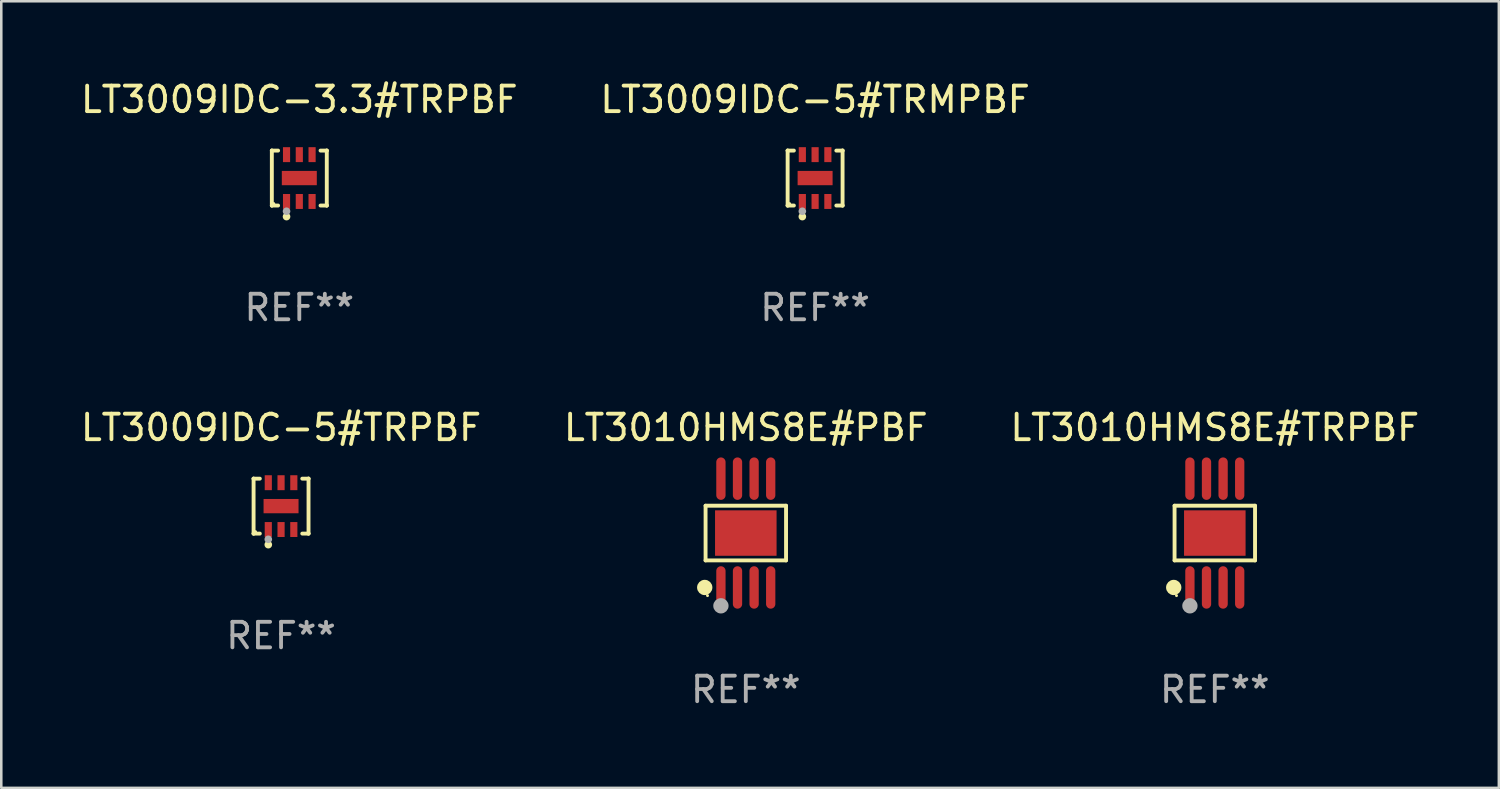
<source format=kicad_pcb>
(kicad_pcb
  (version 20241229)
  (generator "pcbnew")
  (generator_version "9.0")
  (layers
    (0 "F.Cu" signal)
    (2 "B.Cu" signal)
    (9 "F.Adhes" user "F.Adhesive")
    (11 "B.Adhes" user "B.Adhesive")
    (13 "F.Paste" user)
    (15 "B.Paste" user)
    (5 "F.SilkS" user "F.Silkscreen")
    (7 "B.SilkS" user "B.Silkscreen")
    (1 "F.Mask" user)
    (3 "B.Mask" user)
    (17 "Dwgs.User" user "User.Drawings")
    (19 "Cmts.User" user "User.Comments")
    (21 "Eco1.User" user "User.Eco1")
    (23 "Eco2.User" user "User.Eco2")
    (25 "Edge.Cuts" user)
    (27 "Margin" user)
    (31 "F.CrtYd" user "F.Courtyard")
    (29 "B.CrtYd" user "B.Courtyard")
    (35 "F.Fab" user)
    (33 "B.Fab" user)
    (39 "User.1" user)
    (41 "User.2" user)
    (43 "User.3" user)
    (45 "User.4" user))
  (footprint "LT3009IDC-3.3#TRPBF"
    (layer "F.Cu")
    (at 8.673 3.924)
    (property "Reference" "LT3009IDC-3.3#TRPBF" (at 0 -3.076 0) (layer "F.SilkS") (effects (font (size 1 1) (thickness 0.15))))
    (attr through_hole)
    (fp_line (start -1.076 -1.076) (end -1.076 -1.076) (stroke (width 0.152) (type solid)) (layer "F.SilkS"))
    (fp_line (start -1.076 -1.076) (end -0.831 -1.076) (stroke (width 0.152) (type solid)) (layer "F.SilkS"))
    (fp_line (start -1.076 1.076) (end -1.076 -1.076) (stroke (width 0.152) (type solid)) (layer "F.SilkS"))
    (fp_line (start -1.076 1.076) (end -1.076 1.076) (stroke (width 0.152) (type solid)) (layer "F.SilkS"))
    (fp_line (start -0.831 1.076) (end -1.076 1.076) (stroke (width 0.152) (type solid)) (layer "F.SilkS"))
    (fp_line (start 0.831 1.076) (end 1.076 1.076) (stroke (width 0.152) (type solid)) (layer "F.SilkS"))
    (fp_line (start 1.076 -1.076) (end 0.831 -1.076) (stroke (width 0.152) (type solid)) (layer "F.SilkS"))
    (fp_line (start 1.076 -1.076) (end 1.076 -1.076) (stroke (width 0.152) (type solid)) (layer "F.SilkS"))
    (fp_line (start 1.076 1.076) (end 1.076 -1.076) (stroke (width 0.152) (type solid)) (layer "F.SilkS"))
    (fp_line (start 1.076 1.076) (end 1.076 1.076) (stroke (width 0.152) (type solid)) (layer "F.SilkS"))
    (fp_circle (center -1 1) (end -0.97 1) (stroke (width 0.06) (type solid)) (fill no) (layer "F.SilkS"))
    (fp_circle (center -0.5 1.51) (end -0.425 1.51) (stroke (width 0.15) (type solid)) (fill no) (layer "F.SilkS"))
    (fp_circle (center -0.5 1.3) (end -0.425 1.3) (stroke (width 0.15) (type solid)) (fill no) (layer "F.Fab"))
    (fp_text user "REF**" (at 0 5.076 0) (layer "F.Fab") (effects (font (size 1 1) (thickness 0.15))))
    (pad "1" smd rect (at -0.5 0.917) (size 0.28 0.585) (layers "F.Cu" "F.Mask" "F.Paste"))
    (pad "2" smd rect (at 0 0.917) (size 0.28 0.585) (layers "F.Cu" "F.Mask" "F.Paste"))
    (pad "3" smd rect (at 0.5 0.917) (size 0.28 0.585) (layers "F.Cu" "F.Mask" "F.Paste"))
    (pad "4" smd rect (at 0.5 -0.917) (size 0.28 0.585) (layers "F.Cu" "F.Mask" "F.Paste"))
    (pad "5" smd rect (at 0 -0.917) (size 0.28 0.585) (layers "F.Cu" "F.Mask" "F.Paste"))
    (pad "6" smd rect (at -0.5 -0.917) (size 0.28 0.585) (layers "F.Cu" "F.Mask" "F.Paste"))
    (pad "7" smd rect (at 0 0) (size 1.37 0.56) (layers "F.Cu" "F.Mask" "F.Paste")))
  (footprint "LT3009IDC-5#TRMPBF"
    (layer "F.Cu")
    (at 28.875 3.924)
    (property "Reference" "LT3009IDC-5#TRMPBF" (at 0 -3.076 0) (layer "F.SilkS") (effects (font (size 1 1) (thickness 0.15))))
    (attr through_hole)
    (fp_line (start -1.076 -1.076) (end -1.076 -1.076) (stroke (width 0.152) (type solid)) (layer "F.SilkS"))
    (fp_line (start -1.076 -1.076) (end -0.831 -1.076) (stroke (width 0.152) (type solid)) (layer "F.SilkS"))
    (fp_line (start -1.076 1.076) (end -1.076 -1.076) (stroke (width 0.152) (type solid)) (layer "F.SilkS"))
    (fp_line (start -1.076 1.076) (end -1.076 1.076) (stroke (width 0.152) (type solid)) (layer "F.SilkS"))
    (fp_line (start -0.831 1.076) (end -1.076 1.076) (stroke (width 0.152) (type solid)) (layer "F.SilkS"))
    (fp_line (start 0.831 1.076) (end 1.076 1.076) (stroke (width 0.152) (type solid)) (layer "F.SilkS"))
    (fp_line (start 1.076 -1.076) (end 0.831 -1.076) (stroke (width 0.152) (type solid)) (layer "F.SilkS"))
    (fp_line (start 1.076 -1.076) (end 1.076 -1.076) (stroke (width 0.152) (type solid)) (layer "F.SilkS"))
    (fp_line (start 1.076 1.076) (end 1.076 -1.076) (stroke (width 0.152) (type solid)) (layer "F.SilkS"))
    (fp_line (start 1.076 1.076) (end 1.076 1.076) (stroke (width 0.152) (type solid)) (layer "F.SilkS"))
    (fp_circle (center -1 1) (end -0.97 1) (stroke (width 0.06) (type solid)) (fill no) (layer "F.SilkS"))
    (fp_circle (center -0.5 1.51) (end -0.425 1.51) (stroke (width 0.15) (type solid)) (fill no) (layer "F.SilkS"))
    (fp_circle (center -0.5 1.3) (end -0.425 1.3) (stroke (width 0.15) (type solid)) (fill no) (layer "F.Fab"))
    (fp_text user "REF**" (at 0 5.076 0) (layer "F.Fab") (effects (font (size 1 1) (thickness 0.15))))
    (pad "1" smd rect (at -0.5 0.917) (size 0.28 0.585) (layers "F.Cu" "F.Mask" "F.Paste"))
    (pad "2" smd rect (at 0 0.917) (size 0.28 0.585) (layers "F.Cu" "F.Mask" "F.Paste"))
    (pad "3" smd rect (at 0.5 0.917) (size 0.28 0.585) (layers "F.Cu" "F.Mask" "F.Paste"))
    (pad "4" smd rect (at 0.5 -0.917) (size 0.28 0.585) (layers "F.Cu" "F.Mask" "F.Paste"))
    (pad "5" smd rect (at 0 -0.917) (size 0.28 0.585) (layers "F.Cu" "F.Mask" "F.Paste"))
    (pad "6" smd rect (at -0.5 -0.917) (size 0.28 0.585) (layers "F.Cu" "F.Mask" "F.Paste"))
    (pad "7" smd rect (at 0 0) (size 1.37 0.56) (layers "F.Cu" "F.Mask" "F.Paste")))
  (footprint "LT3010HMS8E#PBF"
    (layer "F.Cu")
    (at 26.161 17.828)
    (property "Reference" "LT3010HMS8E#PBF" (at 0 -4.131 0) (layer "F.SilkS") (effects (font (size 1 1) (thickness 0.15))))
    (attr through_hole)
    (fp_line (start -1.576 -1.071) (end 1.576 -1.071) (stroke (width 0.152) (type solid)) (layer "F.SilkS"))
    (fp_line (start -1.576 1.071) (end -1.576 -1.071) (stroke (width 0.152) (type solid)) (layer "F.SilkS"))
    (fp_line (start 1.576 -1.071) (end 1.576 1.071) (stroke (width 0.152) (type solid)) (layer "F.SilkS"))
    (fp_line (start 1.576 1.071) (end -1.576 1.071) (stroke (width 0.152) (type solid)) (layer "F.SilkS"))
    (fp_circle (center -1.609 2.131) (end -1.459 2.131) (stroke (width 0.3) (type solid)) (fill no) (layer "F.SilkS"))
    (fp_circle (center -1.5 2.45) (end -1.47 2.45) (stroke (width 0.06) (type solid)) (fill no) (layer "F.SilkS"))
    (fp_circle (center -0.975 2.85) (end -0.825 2.85) (stroke (width 0.3) (type solid)) (fill no) (layer "F.Fab"))
    (fp_text user "REF**" (at 0 6.131 0) (layer "F.Fab") (effects (font (size 1 1) (thickness 0.15))))
    (pad "1" smd oval (at -0.975 2.131) (size 0.364 1.662) (layers "F.Cu" "F.Mask" "F.Paste"))
    (pad "2" smd oval (at -0.325 2.131) (size 0.364 1.662) (layers "F.Cu" "F.Mask" "F.Paste"))
    (pad "3" smd oval (at 0.325 2.131) (size 0.364 1.662) (layers "F.Cu" "F.Mask" "F.Paste"))
    (pad "4" smd oval (at 0.975 2.131) (size 0.364 1.662) (layers "F.Cu" "F.Mask" "F.Paste"))
    (pad "5" smd oval (at 0.975 -2.131) (size 0.364 1.662) (layers "F.Cu" "F.Mask" "F.Paste"))
    (pad "6" smd oval (at 0.325 -2.131) (size 0.364 1.662) (layers "F.Cu" "F.Mask" "F.Paste"))
    (pad "7" smd oval (at -0.325 -2.131) (size 0.364 1.662) (layers "F.Cu" "F.Mask" "F.Paste"))
    (pad "8" smd oval (at -0.975 -2.131) (size 0.364 1.662) (layers "F.Cu" "F.Mask" "F.Paste"))
    (pad "9" smd rect (at 0 0) (size 2.41 1.78) (layers "F.Cu" "F.Mask" "F.Paste")))
  (footprint "LT3010HMS8E#TRPBF"
    (layer "F.Cu")
    (at 44.53 17.828)
    (property "Reference" "LT3010HMS8E#TRPBF" (at 0 -4.131 0) (layer "F.SilkS") (effects (font (size 1 1) (thickness 0.15))))
    (attr through_hole)
    (fp_line (start -1.576 -1.071) (end 1.576 -1.071) (stroke (width 0.152) (type solid)) (layer "F.SilkS"))
    (fp_line (start -1.576 1.071) (end -1.576 -1.071) (stroke (width 0.152) (type solid)) (layer "F.SilkS"))
    (fp_line (start 1.576 -1.071) (end 1.576 1.071) (stroke (width 0.152) (type solid)) (layer "F.SilkS"))
    (fp_line (start 1.576 1.071) (end -1.576 1.071) (stroke (width 0.152) (type solid)) (layer "F.SilkS"))
    (fp_circle (center -1.609 2.131) (end -1.459 2.131) (stroke (width 0.3) (type solid)) (fill no) (layer "F.SilkS"))
    (fp_circle (center -1.5 2.45) (end -1.47 2.45) (stroke (width 0.06) (type solid)) (fill no) (layer "F.SilkS"))
    (fp_circle (center -0.975 2.85) (end -0.825 2.85) (stroke (width 0.3) (type solid)) (fill no) (layer "F.Fab"))
    (fp_text user "REF**" (at 0 6.131 0) (layer "F.Fab") (effects (font (size 1 1) (thickness 0.15))))
    (pad "1" smd oval (at -0.975 2.131) (size 0.364 1.662) (layers "F.Cu" "F.Mask" "F.Paste"))
    (pad "2" smd oval (at -0.325 2.131) (size 0.364 1.662) (layers "F.Cu" "F.Mask" "F.Paste"))
    (pad "3" smd oval (at 0.325 2.131) (size 0.364 1.662) (layers "F.Cu" "F.Mask" "F.Paste"))
    (pad "4" smd oval (at 0.975 2.131) (size 0.364 1.662) (layers "F.Cu" "F.Mask" "F.Paste"))
    (pad "5" smd oval (at 0.975 -2.131) (size 0.364 1.662) (layers "F.Cu" "F.Mask" "F.Paste"))
    (pad "6" smd oval (at 0.325 -2.131) (size 0.364 1.662) (layers "F.Cu" "F.Mask" "F.Paste"))
    (pad "7" smd oval (at -0.325 -2.131) (size 0.364 1.662) (layers "F.Cu" "F.Mask" "F.Paste"))
    (pad "8" smd oval (at -0.975 -2.131) (size 0.364 1.662) (layers "F.Cu" "F.Mask" "F.Paste"))
    (pad "9" smd rect (at 0 0) (size 2.41 1.78) (layers "F.Cu" "F.Mask" "F.Paste")))
  (footprint "LT3009IDC-5#TRPBF"
    (layer "F.Cu")
    (at 7.958 16.773)
    (property "Reference" "LT3009IDC-5#TRPBF" (at 0 -3.076 0) (layer "F.SilkS") (effects (font (size 1 1) (thickness 0.15))))
    (attr through_hole)
    (fp_line (start -1.076 -1.076) (end -1.076 -1.076) (stroke (width 0.152) (type solid)) (layer "F.SilkS"))
    (fp_line (start -1.076 -1.076) (end -0.831 -1.076) (stroke (width 0.152) (type solid)) (layer "F.SilkS"))
    (fp_line (start -1.076 1.076) (end -1.076 -1.076) (stroke (width 0.152) (type solid)) (layer "F.SilkS"))
    (fp_line (start -1.076 1.076) (end -1.076 1.076) (stroke (width 0.152) (type solid)) (layer "F.SilkS"))
    (fp_line (start -0.831 1.076) (end -1.076 1.076) (stroke (width 0.152) (type solid)) (layer "F.SilkS"))
    (fp_line (start 0.831 1.076) (end 1.076 1.076) (stroke (width 0.152) (type solid)) (layer "F.SilkS"))
    (fp_line (start 1.076 -1.076) (end 0.831 -1.076) (stroke (width 0.152) (type solid)) (layer "F.SilkS"))
    (fp_line (start 1.076 -1.076) (end 1.076 -1.076) (stroke (width 0.152) (type solid)) (layer "F.SilkS"))
    (fp_line (start 1.076 1.076) (end 1.076 -1.076) (stroke (width 0.152) (type solid)) (layer "F.SilkS"))
    (fp_line (start 1.076 1.076) (end 1.076 1.076) (stroke (width 0.152) (type solid)) (layer "F.SilkS"))
    (fp_circle (center -1 1) (end -0.97 1) (stroke (width 0.06) (type solid)) (fill no) (layer "F.SilkS"))
    (fp_circle (center -0.5 1.51) (end -0.425 1.51) (stroke (width 0.15) (type solid)) (fill no) (layer "F.SilkS"))
    (fp_circle (center -0.5 1.3) (end -0.425 1.3) (stroke (width 0.15) (type solid)) (fill no) (layer "F.Fab"))
    (fp_text user "REF**" (at 0 5.076 0) (layer "F.Fab") (effects (font (size 1 1) (thickness 0.15))))
    (pad "1" smd rect (at -0.5 0.917) (size 0.28 0.585) (layers "F.Cu" "F.Mask" "F.Paste"))
    (pad "2" smd rect (at 0 0.917) (size 0.28 0.585) (layers "F.Cu" "F.Mask" "F.Paste"))
    (pad "3" smd rect (at 0.5 0.917) (size 0.28 0.585) (layers "F.Cu" "F.Mask" "F.Paste"))
    (pad "4" smd rect (at 0.5 -0.917) (size 0.28 0.585) (layers "F.Cu" "F.Mask" "F.Paste"))
    (pad "5" smd rect (at 0 -0.917) (size 0.28 0.585) (layers "F.Cu" "F.Mask" "F.Paste"))
    (pad "6" smd rect (at -0.5 -0.917) (size 0.28 0.585) (layers "F.Cu" "F.Mask" "F.Paste"))
    (pad "7" smd rect (at 0 0) (size 1.37 0.56) (layers "F.Cu" "F.Mask" "F.Paste")))
  (gr_rect
    (start -3 -3)
    (end 55.655 27.808)
    (stroke (width 0.1) (type default))
    (fill no)
    (layer "Edge.Cuts")))
</source>
